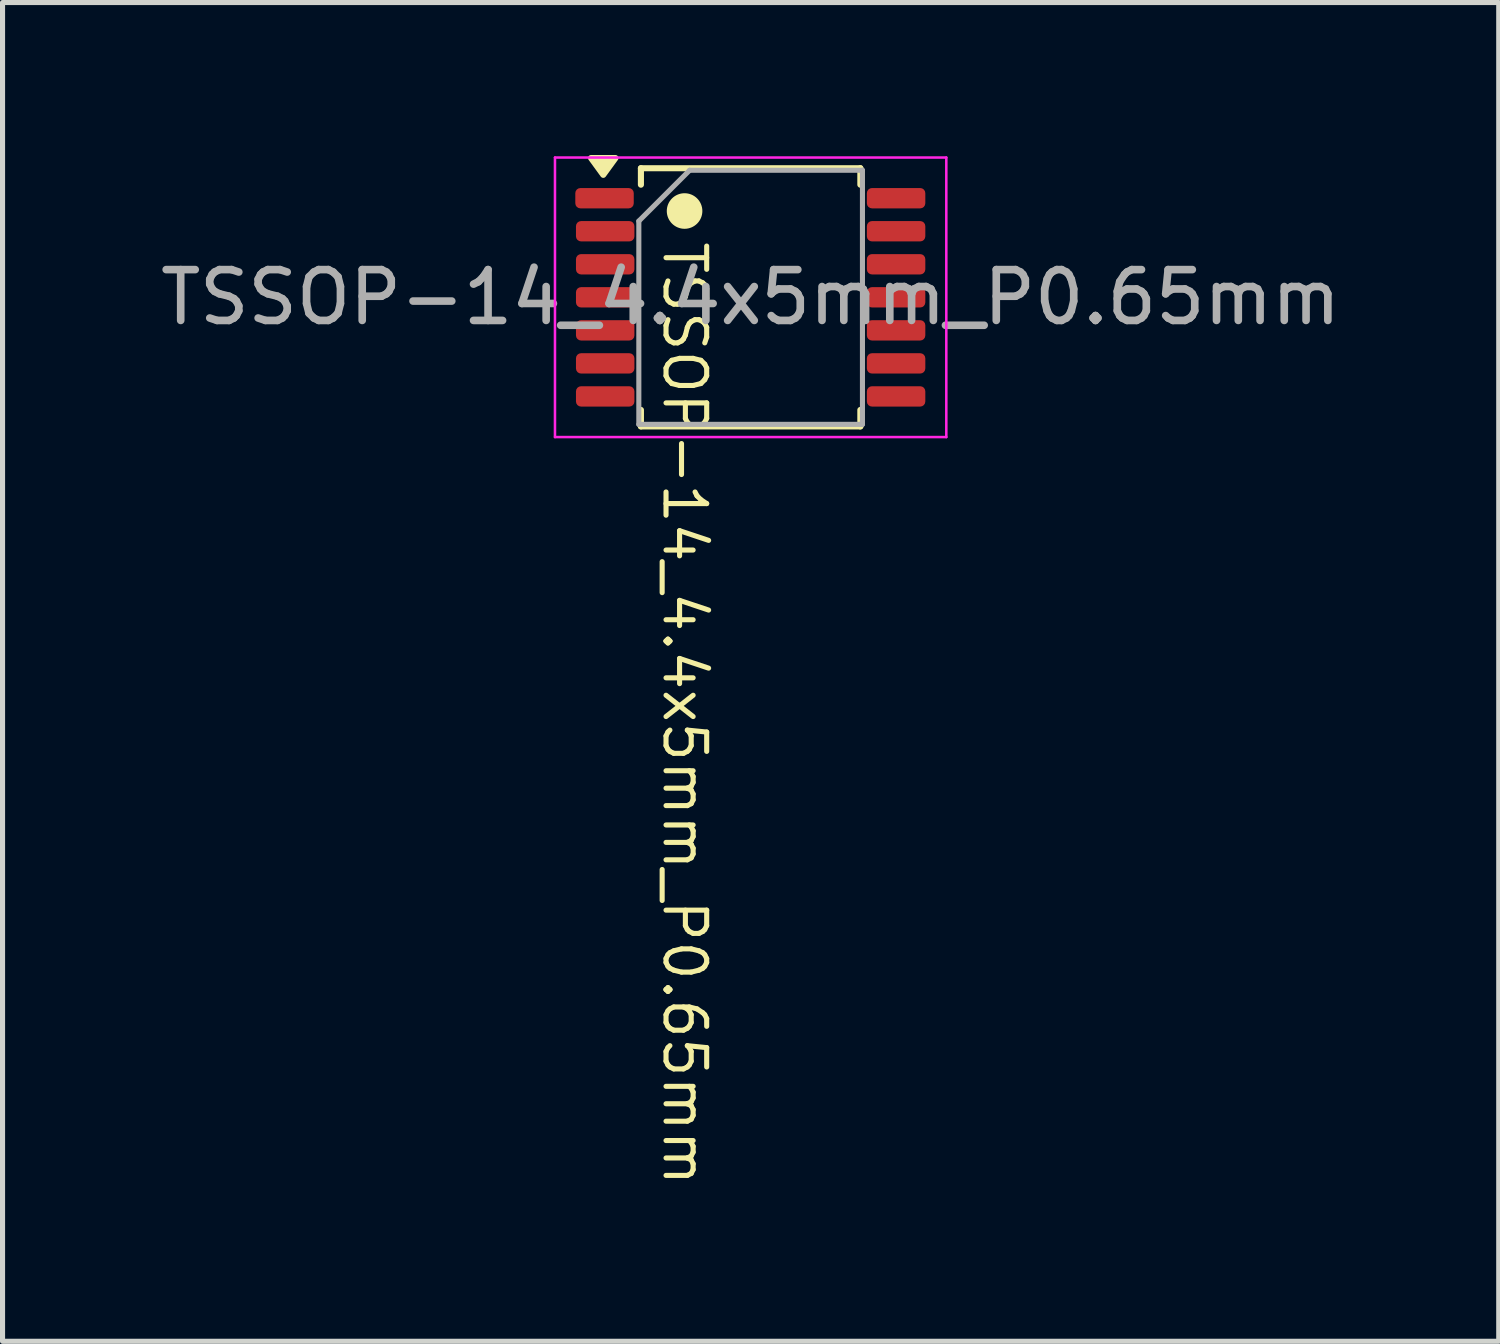
<source format=kicad_pcb>
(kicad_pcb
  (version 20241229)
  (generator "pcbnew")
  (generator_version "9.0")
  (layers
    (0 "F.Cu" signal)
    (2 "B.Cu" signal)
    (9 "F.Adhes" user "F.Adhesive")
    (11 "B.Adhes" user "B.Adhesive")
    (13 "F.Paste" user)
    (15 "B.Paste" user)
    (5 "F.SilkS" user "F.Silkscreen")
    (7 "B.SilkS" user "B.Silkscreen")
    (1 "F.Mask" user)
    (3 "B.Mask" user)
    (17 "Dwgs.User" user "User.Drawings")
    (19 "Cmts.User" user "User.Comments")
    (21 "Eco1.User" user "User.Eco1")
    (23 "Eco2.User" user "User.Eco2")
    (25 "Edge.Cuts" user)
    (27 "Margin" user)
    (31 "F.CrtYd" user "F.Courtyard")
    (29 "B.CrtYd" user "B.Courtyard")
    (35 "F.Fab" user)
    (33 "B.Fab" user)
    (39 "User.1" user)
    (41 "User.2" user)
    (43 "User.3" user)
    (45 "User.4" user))
  (footprint "TSSOP-14_4.4x5mm_P0.65mm"
    (layer "F.Cu")
    (at 11.72 2.8)
    (property "Reference" "TSSOP-14_4.4x5mm_P0.65mm" (at -1.3 -1.15 270) (unlocked yes) (layer "F.SilkS") (effects (font (size 0.8 0.8) (thickness 0.1)) (justify left)))
    (attr smd)
    (fp_line (start -2.159 -2.54) (end -2.159 -2.216) (stroke (width 0.12) (type solid)) (layer "F.SilkS"))
    (fp_line (start -2.159 -2.54) (end 2.159 -2.54) (stroke (width 0.12) (type solid)) (layer "F.SilkS"))
    (fp_line (start -2.159 2.54) (end -2.159 2.216) (stroke (width 0.12) (type solid)) (layer "F.SilkS"))
    (fp_line (start 2.159 -2.54) (end 2.159 -2.216) (stroke (width 0.12) (type solid)) (layer "F.SilkS"))
    (fp_line (start 2.159 2.54) (end -2.159 2.54) (stroke (width 0.12) (type solid)) (layer "F.SilkS"))
    (fp_line (start 2.159 2.54) (end 2.159 2.216) (stroke (width 0.12) (type solid)) (layer "F.SilkS"))
    (fp_circle (center -1.3 -1.698) (end -1 -1.698) (stroke (width 0.1) (type solid)) (fill yes) (layer "F.SilkS"))
    (fp_poly (pts (xy -2.9 -2.41) (xy -3.14 -2.74) (xy -2.66 -2.74) (xy -2.9 -2.41)) (stroke (width 0.12) (type solid)) (fill yes) (layer "F.SilkS"))
    (fp_line (start -3.85 -2.75) (end -3.85 2.75) (stroke (width 0.05) (type solid)) (layer "F.CrtYd"))
    (fp_line (start -3.85 2.75) (end 3.85 2.75) (stroke (width 0.05) (type solid)) (layer "F.CrtYd"))
    (fp_line (start 3.85 -2.75) (end -3.85 -2.75) (stroke (width 0.05) (type solid)) (layer "F.CrtYd"))
    (fp_line (start 3.85 2.75) (end 3.85 -2.75) (stroke (width 0.05) (type solid)) (layer "F.CrtYd"))
    (fp_line (start -2.2 -1.5) (end -1.2 -2.5) (stroke (width 0.1) (type solid)) (layer "F.Fab"))
    (fp_line (start -2.2 2.5) (end -2.2 -1.5) (stroke (width 0.1) (type solid)) (layer "F.Fab"))
    (fp_line (start -1.2 -2.5) (end 2.2 -2.5) (stroke (width 0.1) (type solid)) (layer "F.Fab"))
    (fp_line (start 2.2 -2.5) (end 2.2 2.5) (stroke (width 0.1) (type solid)) (layer "F.Fab"))
    (fp_line (start 2.2 2.5) (end -2.2 2.5) (stroke (width 0.1) (type solid)) (layer "F.Fab"))
    (fp_text user "${REFERENCE}" (at 0 0 0) (layer "F.Fab") (effects (font (size 1 1) (thickness 0.15))))
    (pad "1" smd roundrect (at -2.875 -1.95) (size 1.15 0.4) (layers "F.Cu" "F.Mask" "F.Paste") (roundrect_rratio 0.25))
    (pad "2" smd roundrect (at -2.862 -1.3) (size 1.15 0.4) (layers "F.Cu" "F.Mask" "F.Paste") (roundrect_rratio 0.25))
    (pad "3" smd roundrect (at -2.862 -0.65) (size 1.15 0.4) (layers "F.Cu" "F.Mask" "F.Paste") (roundrect_rratio 0.25))
    (pad "4" smd roundrect (at -2.862 0) (size 1.15 0.4) (layers "F.Cu" "F.Mask" "F.Paste") (roundrect_rratio 0.25))
    (pad "5" smd roundrect (at -2.862 0.65) (size 1.15 0.4) (layers "F.Cu" "F.Mask" "F.Paste") (roundrect_rratio 0.25))
    (pad "6" smd roundrect (at -2.862 1.3) (size 1.15 0.4) (layers "F.Cu" "F.Mask" "F.Paste") (roundrect_rratio 0.25))
    (pad "7" smd roundrect (at -2.862 1.95) (size 1.15 0.4) (layers "F.Cu" "F.Mask" "F.Paste") (roundrect_rratio 0.25))
    (pad "8" smd roundrect (at 2.862 1.95) (size 1.15 0.4) (layers "F.Cu" "F.Mask" "F.Paste") (roundrect_rratio 0.25))
    (pad "9" smd roundrect (at 2.862 1.3) (size 1.15 0.4) (layers "F.Cu" "F.Mask" "F.Paste") (roundrect_rratio 0.25))
    (pad "10" smd roundrect (at 2.862 0.65) (size 1.15 0.4) (layers "F.Cu" "F.Mask" "F.Paste") (roundrect_rratio 0.25))
    (pad "11" smd roundrect (at 2.862 0) (size 1.15 0.4) (layers "F.Cu" "F.Mask" "F.Paste") (roundrect_rratio 0.25))
    (pad "12" smd roundrect (at 2.862 -0.65) (size 1.15 0.4) (layers "F.Cu" "F.Mask" "F.Paste") (roundrect_rratio 0.25))
    (pad "13" smd roundrect (at 2.862 -1.3) (size 1.15 0.4) (layers "F.Cu" "F.Mask" "F.Paste") (roundrect_rratio 0.25))
    (pad "14" smd roundrect (at 2.862 -1.95) (size 1.15 0.4) (layers "F.Cu" "F.Mask" "F.Paste") (roundrect_rratio 0.25)))
  (gr_rect
    (start -3 -3)
    (end 26.44 23.342)
    (stroke (width 0.1) (type default))
    (fill no)
    (layer "Edge.Cuts")))
</source>
